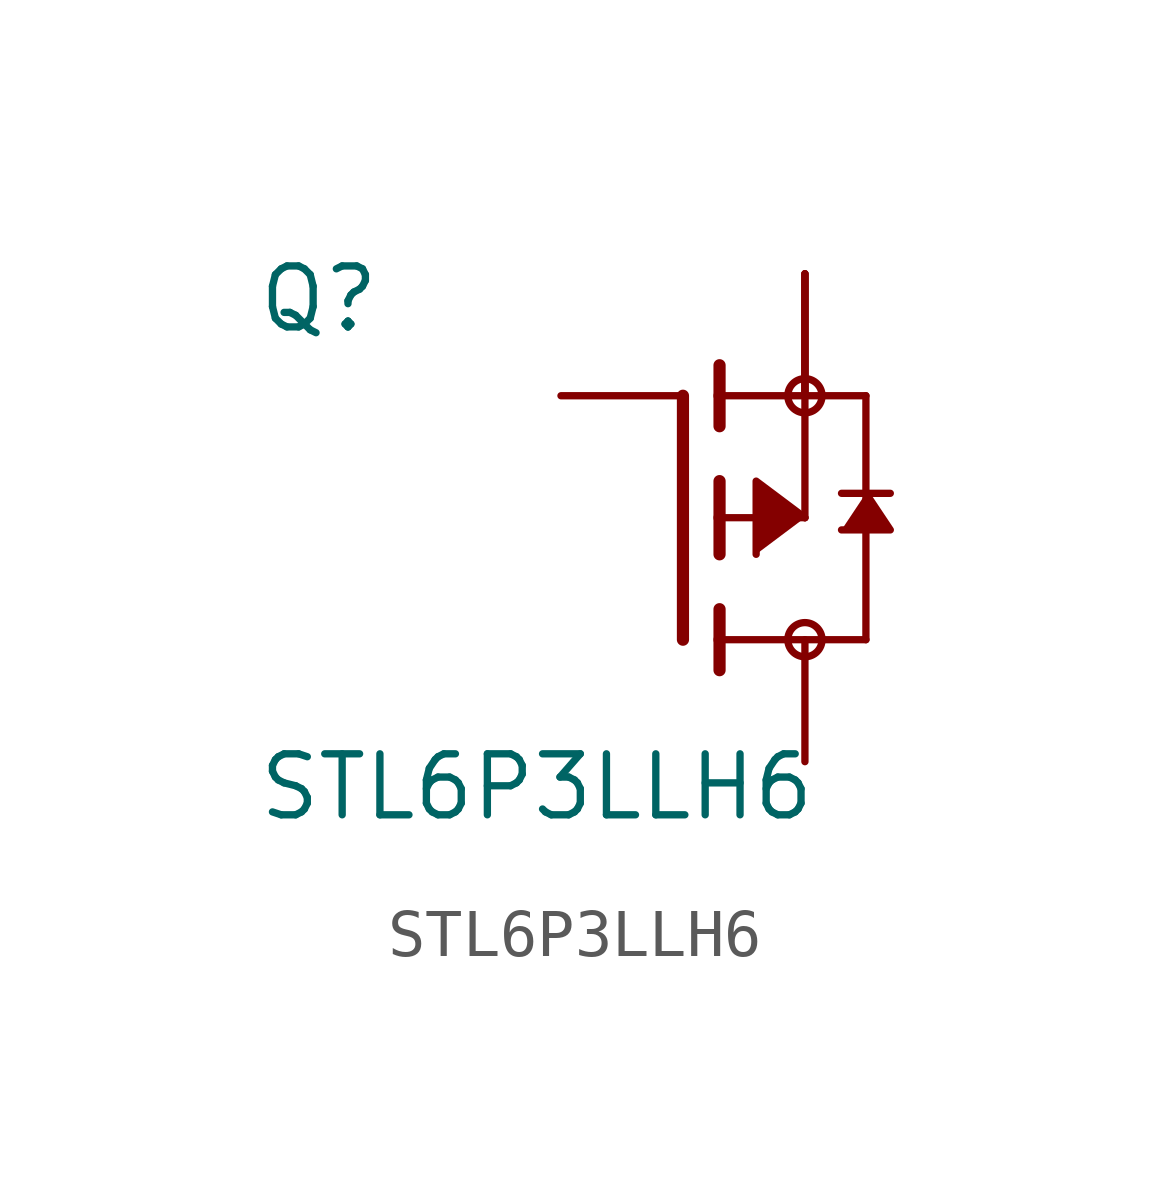
<source format=kicad_sym>
(kicad_symbol_lib
  (version 20211014)
  (generator kicad_symbol_editor)
  (symbol "STL6P3LLH6"
    (pin_numbers hide)
    (pin_names
      (offset 1.016) hide)
    (property "Reference" "Q"
      (at -8.89 3.81 0)
      (effects (font (size 1.27 1.27)) (justify left bottom)))
    (property "Value" "STL6P3LLH6"
      (at -8.89 -6.35 0)
      (effects (font (size 1.27 1.27)) (justify left bottom)))
    (property "ki_locked" ""
      (at 0 0 0)
      (effects (font (size 1.27 1.27))))
    (symbol "STL6P3LLH6_0_0"
      (polyline (pts (xy 0 -2.54) (xy 0 2.54)) (stroke (width 0.254) (type default) (color 0 0 0 0)) (fill (type none)))
      (polyline (pts (xy 0.762 -3.175) (xy 0.762 -2.54)) (stroke (width 0.254) (type default) (color 0 0 0 0)) (fill (type none)))
      (polyline (pts (xy 0.762 -2.54) (xy 0.762 -1.905)) (stroke (width 0.254) (type default) (color 0 0 0 0)) (fill (type none)))
      (polyline (pts (xy 0.762 -2.54) (xy 3.81 -2.54)) (stroke (width 0.152) (type default) (color 0 0 0 0)) (fill (type none)))
      (polyline (pts (xy 0.762 -0.762) (xy 0.762 0)) (stroke (width 0.254) (type default) (color 0 0 0 0)) (fill (type none)))
      (polyline (pts (xy 0.762 0) (xy 0.762 0.762)) (stroke (width 0.254) (type default) (color 0 0 0 0)) (fill (type none)))
      (polyline (pts (xy 0.762 0) (xy 2.54 0)) (stroke (width 0.152) (type default) (color 0 0 0 0)) (fill (type none)))
      (polyline (pts (xy 0.762 1.905) (xy 0.762 2.54)) (stroke (width 0.254) (type default) (color 0 0 0 0)) (fill (type none)))
      (polyline (pts (xy 0.762 2.54) (xy 0.762 3.175)) (stroke (width 0.254) (type default) (color 0 0 0 0)) (fill (type none)))
      (polyline (pts (xy 2.54 0) (xy 2.54 2.54)) (stroke (width 0.152) (type default) (color 0 0 0 0)) (fill (type none)))
      (polyline (pts (xy 2.54 2.54) (xy 0.762 2.54)) (stroke (width 0.152) (type default) (color 0 0 0 0)) (fill (type none)))
      (polyline (pts (xy 2.54 2.54) (xy 3.81 2.54)) (stroke (width 0.152) (type default) (color 0 0 0 0)) (fill (type none)))
      (polyline (pts (xy 3.302 0.508) (xy 3.81 0.508)) (stroke (width 0.152) (type default) (color 0 0 0 0)) (fill (type none)))
      (polyline (pts (xy 3.81 -2.54) (xy 3.81 0.508)) (stroke (width 0.152) (type default) (color 0 0 0 0)) (fill (type none)))
      (polyline (pts (xy 3.81 0.508) (xy 3.81 2.54)) (stroke (width 0.152) (type default) (color 0 0 0 0)) (fill (type none)))
      (polyline (pts (xy 3.81 0.508) (xy 4.318 0.508)) (stroke (width 0.152) (type default) (color 0 0 0 0)) (fill (type none)))
      (polyline (pts (xy 2.54 0) (xy 1.524 0.762) (xy 1.524 -0.762)) (stroke (width 0.152) (type default) (color 0 0 0 0)) (fill (type outline)))
      (polyline (pts (xy 3.81 0.508) (xy 4.318 -0.254) (xy 3.302 -0.254)) (stroke (width 0.152) (type default) (color 0 0 0 0)) (fill (type outline)))
      (circle (center 2.54 -2.54) (radius 0.356) (stroke (width 0) (type default) (color 0 0 0 0)) (fill (type none)))
      (circle (center 2.54 2.54) (radius 0.356) (stroke (width 0) (type default) (color 0 0 0 0)) (fill (type none)))
      (pin passive line (at 2.54 5.08 270) (length 2.54) (name "S" (effects (font (size 1.016 1.016)))) (number "1" (effects (font (size 1.016 1.016)))))
      (pin passive line (at 2.54 5.08 270) (length 2.54) (name "S" (effects (font (size 1.016 1.016)))) (number "2" (effects (font (size 1.016 1.016)))))
      (pin passive line (at 2.54 5.08 270) (length 2.54) (name "S" (effects (font (size 1.016 1.016)))) (number "3" (effects (font (size 1.016 1.016)))))
      (pin passive line (at -2.54 2.54 0) (length 2.54) (name "G" (effects (font (size 1.016 1.016)))) (number "4" (effects (font (size 1.016 1.016)))))
      (pin passive line (at 2.54 -5.08 90) (length 2.54) (name "D" (effects (font (size 1.016 1.016)))) (number "5_6_7_8" (effects (font (size 1.016 1.016))))))))
</source>
